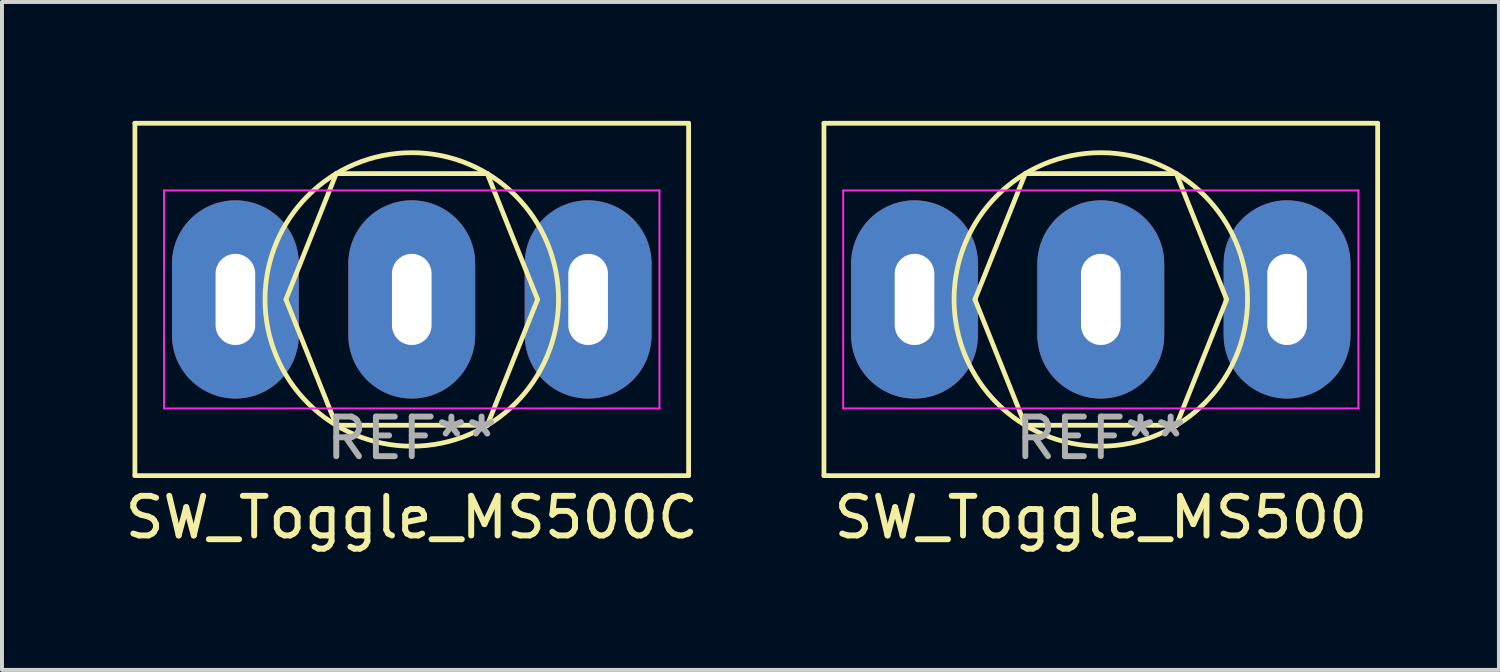
<source format=kicad_pcb>
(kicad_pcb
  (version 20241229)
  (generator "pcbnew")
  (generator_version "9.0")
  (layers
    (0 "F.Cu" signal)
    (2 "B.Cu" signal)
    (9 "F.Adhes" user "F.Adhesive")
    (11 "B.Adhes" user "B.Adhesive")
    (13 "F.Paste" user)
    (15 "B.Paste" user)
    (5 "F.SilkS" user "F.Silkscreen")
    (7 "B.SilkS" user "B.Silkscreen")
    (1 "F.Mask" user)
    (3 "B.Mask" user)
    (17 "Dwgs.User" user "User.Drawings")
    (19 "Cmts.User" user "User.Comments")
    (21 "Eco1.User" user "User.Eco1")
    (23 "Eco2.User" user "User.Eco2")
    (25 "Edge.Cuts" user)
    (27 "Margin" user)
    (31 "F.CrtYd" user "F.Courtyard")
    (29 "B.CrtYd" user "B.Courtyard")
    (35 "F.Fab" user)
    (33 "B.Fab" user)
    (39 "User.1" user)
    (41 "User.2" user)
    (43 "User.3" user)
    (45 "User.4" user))
  (footprint "SW_Toggle_MS500C"
    (layer "F.Cu")
    (at 7.339 4.505)
    (property "Reference" "SW_Toggle_MS500C" (at 0 5.5 0) (layer "F.SilkS") (effects (font (size 1 1) (thickness 0.15))))
    (attr through_hole)
    (fp_line (start -6.985 -4.445) (end 6.985 -4.445) (stroke (width 0.12) (type solid)) (layer "F.SilkS"))
    (fp_line (start -6.985 4.445) (end -6.985 -4.445) (stroke (width 0.12) (type solid)) (layer "F.SilkS"))
    (fp_line (start -3.175 0) (end -1.905 -3.175) (stroke (width 0.12) (type solid)) (layer "F.SilkS"))
    (fp_line (start -1.905 -3.175) (end 1.905 -3.175) (stroke (width 0.12) (type solid)) (layer "F.SilkS"))
    (fp_line (start -1.905 3.175) (end -3.175 0) (stroke (width 0.12) (type solid)) (layer "F.SilkS"))
    (fp_line (start 1.905 -3.175) (end 3.175 0) (stroke (width 0.12) (type solid)) (layer "F.SilkS"))
    (fp_line (start 1.905 3.175) (end -1.905 3.175) (stroke (width 0.12) (type solid)) (layer "F.SilkS"))
    (fp_line (start 3.175 0) (end 1.905 3.175) (stroke (width 0.12) (type solid)) (layer "F.SilkS"))
    (fp_line (start 6.985 -4.445) (end 6.985 4.445) (stroke (width 0.12) (type solid)) (layer "F.SilkS"))
    (fp_line (start 6.985 4.445) (end -6.985 4.445) (stroke (width 0.12) (type solid)) (layer "F.SilkS"))
    (fp_circle (center 0 0) (end 1.905 3.175) (stroke (width 0.12) (type solid)) (fill no) (layer "F.SilkS"))
    (fp_line (start -4.902 -1.422) (end -4.013 -1.422) (stroke (width 0.12) (type solid)) (layer "Eco2.User"))
    (fp_line (start -4.902 1.372) (end -4.902 -1.422) (stroke (width 0.12) (type solid)) (layer "Eco2.User"))
    (fp_line (start -4.013 -1.422) (end -4.013 1.372) (stroke (width 0.12) (type solid)) (layer "Eco2.User"))
    (fp_line (start -4.013 1.372) (end -4.902 1.372) (stroke (width 0.12) (type solid)) (layer "Eco2.User"))
    (fp_line (start -0.457 -1.422) (end 0.432 -1.422) (stroke (width 0.12) (type solid)) (layer "Eco2.User"))
    (fp_line (start -0.457 1.372) (end -0.457 -1.422) (stroke (width 0.12) (type solid)) (layer "Eco2.User"))
    (fp_line (start 0.432 -1.422) (end 0.432 1.372) (stroke (width 0.12) (type solid)) (layer "Eco2.User"))
    (fp_line (start 0.432 1.372) (end -0.457 1.372) (stroke (width 0.12) (type solid)) (layer "Eco2.User"))
    (fp_line (start 4.013 -1.422) (end 4.877 -1.422) (stroke (width 0.12) (type solid)) (layer "Eco2.User"))
    (fp_line (start 4.013 1.372) (end 4.013 -1.422) (stroke (width 0.12) (type solid)) (layer "Eco2.User"))
    (fp_line (start 4.877 -1.422) (end 4.902 1.372) (stroke (width 0.12) (type solid)) (layer "Eco2.User"))
    (fp_line (start 4.902 1.372) (end 4.013 1.372) (stroke (width 0.12) (type solid)) (layer "Eco2.User"))
    (fp_line (start -6.25 -2.75) (end 6.25 -2.75) (stroke (width 0.05) (type solid)) (layer "F.CrtYd"))
    (fp_line (start -6.25 2.75) (end -6.25 -2.75) (stroke (width 0.05) (type solid)) (layer "F.CrtYd"))
    (fp_line (start 6.25 -2.75) (end 6.25 2.75) (stroke (width 0.05) (type solid)) (layer "F.CrtYd"))
    (fp_line (start 6.25 2.75) (end -6.25 2.75) (stroke (width 0.05) (type solid)) (layer "F.CrtYd"))
    (fp_text user "REF**" (at 0 3.5 0) (unlocked yes) (layer "F.Fab") (effects (font (size 1 1) (thickness 0.15))))
    (pad "1" thru_hole oval (at -4.45 0) (size 3.2 5) (drill oval 1 2.3) (layers "*.Cu" "*.Mask"))
    (pad "2" thru_hole oval (at 0 0) (size 3.2 5) (drill oval 1 2.3) (layers "*.Cu" "*.Mask"))
    (pad "3" thru_hole oval (at 4.45 0) (size 3.2 5) (drill oval 1 2.3) (layers "*.Cu" "*.Mask")))
  (footprint "SW_Toggle_MS500"
    (layer "F.Cu")
    (at 24.724 4.505)
    (property "Reference" "SW_Toggle_MS500" (at 0 5.5 0) (layer "F.SilkS") (effects (font (size 1 1) (thickness 0.15))))
    (attr through_hole)
    (fp_line (start -6.985 -4.445) (end 6.985 -4.445) (stroke (width 0.12) (type solid)) (layer "F.SilkS"))
    (fp_line (start -6.985 4.445) (end -6.985 -4.445) (stroke (width 0.12) (type solid)) (layer "F.SilkS"))
    (fp_line (start -3.175 0) (end -1.905 -3.175) (stroke (width 0.12) (type solid)) (layer "F.SilkS"))
    (fp_line (start -1.905 -3.175) (end 1.905 -3.175) (stroke (width 0.12) (type solid)) (layer "F.SilkS"))
    (fp_line (start -1.905 3.175) (end -3.175 0) (stroke (width 0.12) (type solid)) (layer "F.SilkS"))
    (fp_line (start 1.905 -3.175) (end 3.175 0) (stroke (width 0.12) (type solid)) (layer "F.SilkS"))
    (fp_line (start 1.905 3.175) (end -1.905 3.175) (stroke (width 0.12) (type solid)) (layer "F.SilkS"))
    (fp_line (start 3.175 0) (end 1.905 3.175) (stroke (width 0.12) (type solid)) (layer "F.SilkS"))
    (fp_line (start 6.985 -4.445) (end 6.985 4.445) (stroke (width 0.12) (type solid)) (layer "F.SilkS"))
    (fp_line (start 6.985 4.445) (end -6.985 4.445) (stroke (width 0.12) (type solid)) (layer "F.SilkS"))
    (fp_circle (center 0 0) (end 1.905 3.175) (stroke (width 0.12) (type solid)) (fill no) (layer "F.SilkS"))
    (fp_line (start -4.902 -1.422) (end -4.013 -1.422) (stroke (width 0.12) (type solid)) (layer "Eco2.User"))
    (fp_line (start -4.902 1.372) (end -4.902 -1.422) (stroke (width 0.12) (type solid)) (layer "Eco2.User"))
    (fp_line (start -4.013 -1.422) (end -4.013 1.372) (stroke (width 0.12) (type solid)) (layer "Eco2.User"))
    (fp_line (start -4.013 1.372) (end -4.902 1.372) (stroke (width 0.12) (type solid)) (layer "Eco2.User"))
    (fp_line (start -0.457 -1.422) (end 0.432 -1.422) (stroke (width 0.12) (type solid)) (layer "Eco2.User"))
    (fp_line (start -0.457 1.372) (end -0.457 -1.422) (stroke (width 0.12) (type solid)) (layer "Eco2.User"))
    (fp_line (start 0.432 -1.422) (end 0.432 1.372) (stroke (width 0.12) (type solid)) (layer "Eco2.User"))
    (fp_line (start 0.432 1.372) (end -0.457 1.372) (stroke (width 0.12) (type solid)) (layer "Eco2.User"))
    (fp_line (start 4.013 -1.422) (end 4.877 -1.422) (stroke (width 0.12) (type solid)) (layer "Eco2.User"))
    (fp_line (start 4.013 1.372) (end 4.013 -1.422) (stroke (width 0.12) (type solid)) (layer "Eco2.User"))
    (fp_line (start 4.877 -1.422) (end 4.902 1.372) (stroke (width 0.12) (type solid)) (layer "Eco2.User"))
    (fp_line (start 4.902 1.372) (end 4.013 1.372) (stroke (width 0.12) (type solid)) (layer "Eco2.User"))
    (fp_line (start -6.5 -2.75) (end 6.5 -2.75) (stroke (width 0.05) (type solid)) (layer "F.CrtYd"))
    (fp_line (start -6.5 2.75) (end -6.5 -2.75) (stroke (width 0.05) (type solid)) (layer "F.CrtYd"))
    (fp_line (start 6.5 -2.75) (end 6.5 2.75) (stroke (width 0.05) (type solid)) (layer "F.CrtYd"))
    (fp_line (start 6.5 2.75) (end -6.5 2.75) (stroke (width 0.05) (type solid)) (layer "F.CrtYd"))
    (fp_text user "REF**" (at 0 3.5 0) (unlocked yes) (layer "F.Fab") (effects (font (size 1 1) (thickness 0.15))))
    (pad "1" thru_hole oval (at -4.7 0) (size 3.2 5) (drill oval 1 2.3) (layers "*.Cu" "*.Mask"))
    (pad "2" thru_hole oval (at 0 0) (size 3.2 5) (drill oval 1 2.3) (layers "*.Cu" "*.Mask"))
    (pad "3" thru_hole oval (at 4.7 0) (size 3.2 5) (drill oval 1 2.3) (layers "*.Cu" "*.Mask")))
  (gr_rect
    (start -3 -3)
    (end 34.769 13.853)
    (stroke (width 0.1) (type default))
    (fill no)
    (layer "Edge.Cuts")))
</source>
